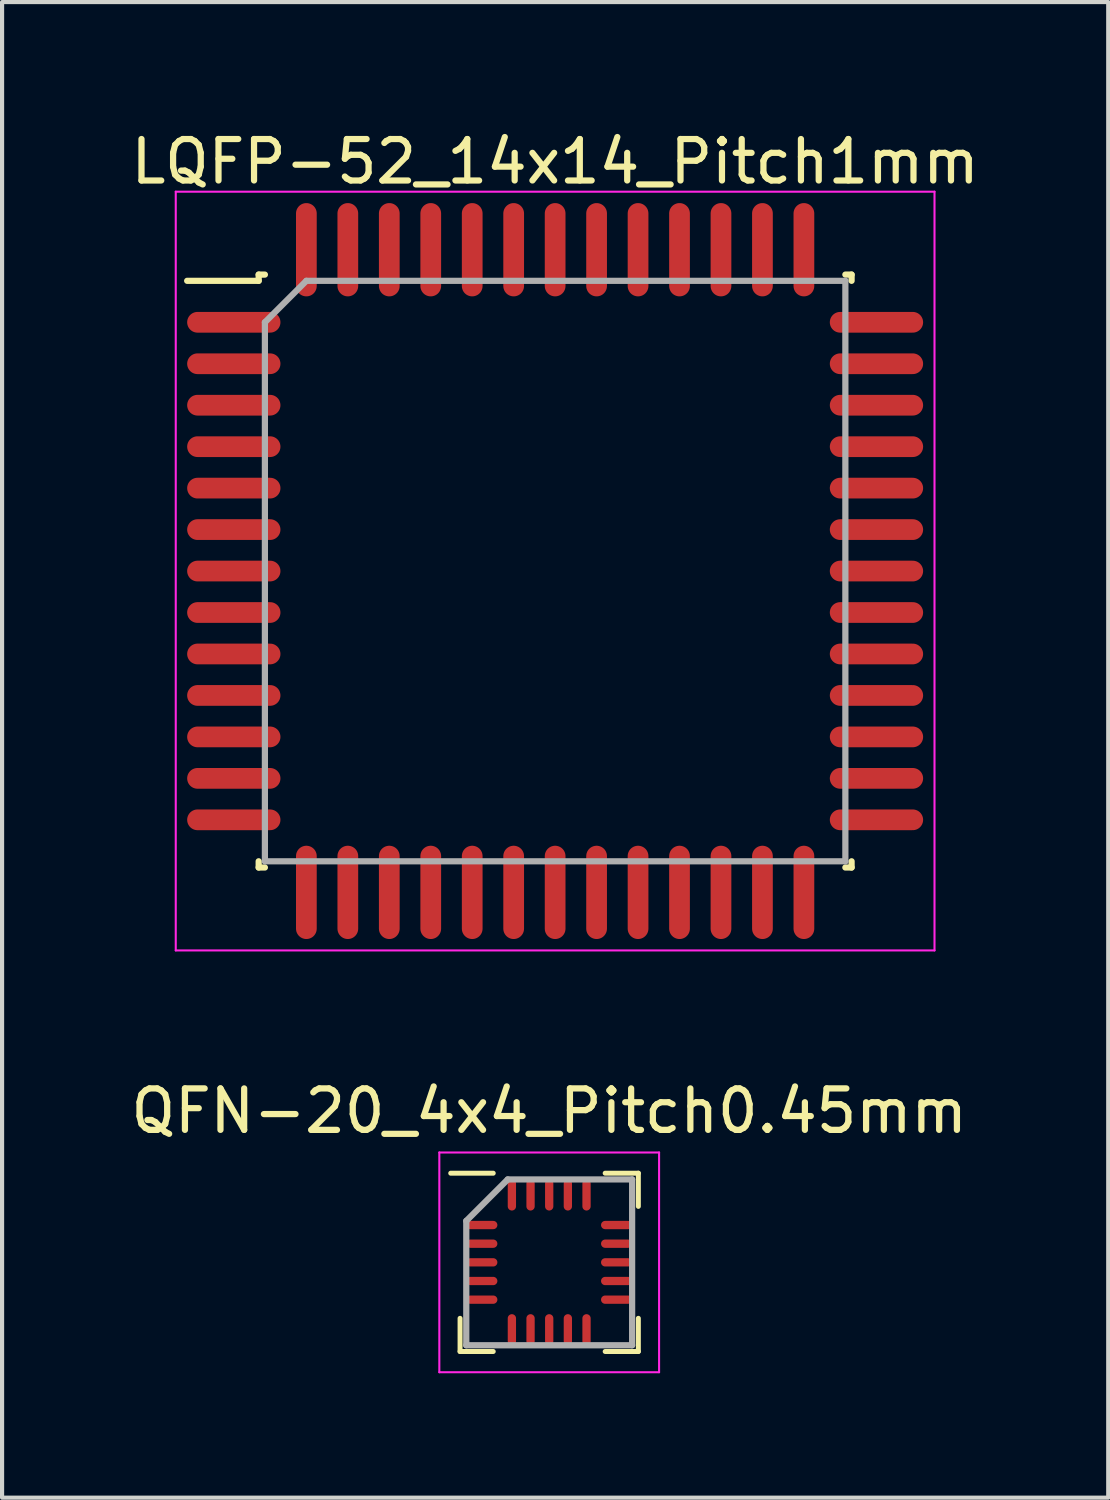
<source format=kicad_pcb>
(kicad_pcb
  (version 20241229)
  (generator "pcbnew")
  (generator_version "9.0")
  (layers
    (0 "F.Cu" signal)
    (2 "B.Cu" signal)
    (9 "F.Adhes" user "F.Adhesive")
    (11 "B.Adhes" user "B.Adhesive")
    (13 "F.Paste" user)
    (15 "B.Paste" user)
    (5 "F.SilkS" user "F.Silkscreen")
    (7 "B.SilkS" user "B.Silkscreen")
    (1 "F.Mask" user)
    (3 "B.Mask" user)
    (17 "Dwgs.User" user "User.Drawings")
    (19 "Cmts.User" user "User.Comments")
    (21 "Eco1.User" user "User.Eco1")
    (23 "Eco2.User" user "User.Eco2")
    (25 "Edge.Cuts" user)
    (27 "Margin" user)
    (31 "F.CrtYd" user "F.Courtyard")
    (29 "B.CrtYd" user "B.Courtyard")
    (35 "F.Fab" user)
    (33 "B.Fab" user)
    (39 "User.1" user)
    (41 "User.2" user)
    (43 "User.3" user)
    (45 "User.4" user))
  (footprint "QFN-20_4x4_Pitch0.45mm"
    (layer "F.Cu")
    (at 10.196 27.396)
    (property "Reference" "QFN-20_4x4_Pitch0.45mm" (at 0 -3.65 0) (layer "F.SilkS") (effects (font (size 1 1) (thickness 0.15))))
    (attr smd)
    (fp_line (start -2.15 2.15) (end -2.15 1.35) (stroke (width 0.12) (type solid)) (layer "F.SilkS"))
    (fp_line (start -1.35 -2.15) (end -2.375 -2.15) (stroke (width 0.12) (type solid)) (layer "F.SilkS"))
    (fp_line (start -1.35 2.15) (end -2.15 2.15) (stroke (width 0.12) (type solid)) (layer "F.SilkS"))
    (fp_line (start 1.35 -2.15) (end 2.15 -2.15) (stroke (width 0.12) (type solid)) (layer "F.SilkS"))
    (fp_line (start 1.35 2.15) (end 2.15 2.15) (stroke (width 0.12) (type solid)) (layer "F.SilkS"))
    (fp_line (start 2.15 -2.15) (end 2.15 -1.35) (stroke (width 0.12) (type solid)) (layer "F.SilkS"))
    (fp_line (start 2.15 2.15) (end 2.15 1.35) (stroke (width 0.12) (type solid)) (layer "F.SilkS"))
    (fp_line (start -2.65 -2.65) (end 2.65 -2.65) (stroke (width 0.05) (type solid)) (layer "F.CrtYd"))
    (fp_line (start -2.65 2.65) (end -2.65 -2.65) (stroke (width 0.05) (type solid)) (layer "F.CrtYd"))
    (fp_line (start 2.65 -2.65) (end 2.65 2.65) (stroke (width 0.05) (type solid)) (layer "F.CrtYd"))
    (fp_line (start 2.65 2.65) (end -2.65 2.65) (stroke (width 0.05) (type solid)) (layer "F.CrtYd"))
    (fp_line (start -2 -1) (end -2 2) (stroke (width 0.15) (type solid)) (layer "F.Fab"))
    (fp_line (start -2 2) (end 2 2) (stroke (width 0.15) (type solid)) (layer "F.Fab"))
    (fp_line (start -1 -2) (end -2 -1) (stroke (width 0.15) (type solid)) (layer "F.Fab"))
    (fp_line (start 2 -2) (end -1 -2) (stroke (width 0.15) (type solid)) (layer "F.Fab"))
    (fp_line (start 2 2) (end 2 -2) (stroke (width 0.15) (type solid)) (layer "F.Fab"))
    (pad "1" smd oval (at -1.625 -0.9 90) (size 0.2 0.75) (layers "F.Cu" "F.Mask" "F.Paste"))
    (pad "2" smd oval (at -1.625 -0.45 90) (size 0.2 0.75) (layers "F.Cu" "F.Mask" "F.Paste"))
    (pad "3" smd oval (at -1.625 0 90) (size 0.2 0.75) (layers "F.Cu" "F.Mask" "F.Paste"))
    (pad "4" smd oval (at -1.625 0.45 90) (size 0.2 0.75) (layers "F.Cu" "F.Mask" "F.Paste"))
    (pad "5" smd oval (at -1.625 0.9 90) (size 0.2 0.75) (layers "F.Cu" "F.Mask" "F.Paste"))
    (pad "6" smd oval (at -0.9 1.625) (size 0.2 0.75) (layers "F.Cu" "F.Mask" "F.Paste"))
    (pad "7" smd oval (at -0.45 1.625) (size 0.2 0.75) (layers "F.Cu" "F.Mask" "F.Paste"))
    (pad "8" smd oval (at 0 1.625) (size 0.2 0.75) (layers "F.Cu" "F.Mask" "F.Paste"))
    (pad "9" smd oval (at 0.45 1.625) (size 0.2 0.75) (layers "F.Cu" "F.Mask" "F.Paste"))
    (pad "10" smd oval (at 0.9 1.625) (size 0.2 0.75) (layers "F.Cu" "F.Mask" "F.Paste"))
    (pad "11" smd oval (at 1.625 0.9 90) (size 0.2 0.75) (layers "F.Cu" "F.Mask" "F.Paste"))
    (pad "12" smd oval (at 1.625 0.45 90) (size 0.2 0.75) (layers "F.Cu" "F.Mask" "F.Paste"))
    (pad "13" smd oval (at 1.625 0 90) (size 0.2 0.75) (layers "F.Cu" "F.Mask" "F.Paste"))
    (pad "14" smd oval (at 1.625 -0.45 90) (size 0.2 0.75) (layers "F.Cu" "F.Mask" "F.Paste"))
    (pad "15" smd oval (at 1.625 -0.9 90) (size 0.2 0.75) (layers "F.Cu" "F.Mask" "F.Paste"))
    (pad "16" smd oval (at 0.9 -1.625) (size 0.2 0.75) (layers "F.Cu" "F.Mask" "F.Paste"))
    (pad "17" smd oval (at 0.45 -1.625) (size 0.2 0.75) (layers "F.Cu" "F.Mask" "F.Paste"))
    (pad "18" smd oval (at 0 -1.625) (size 0.2 0.75) (layers "F.Cu" "F.Mask" "F.Paste"))
    (pad "19" smd oval (at -0.45 -1.625) (size 0.2 0.75) (layers "F.Cu" "F.Mask" "F.Paste"))
    (pad "20" smd oval (at -0.9 -1.625) (size 0.2 0.75) (layers "F.Cu" "F.Mask" "F.Paste")))
  (footprint "LQFP-52_14x14_Pitch1mm"
    (layer "F.Cu")
    (at 10.339 10.723)
    (property "Reference" "LQFP-52_14x14_Pitch1mm" (at 0 -9.875 0) (layer "F.SilkS") (effects (font (size 1 1) (thickness 0.15))))
    (attr smd)
    (fp_line (start -7.15 -7.15) (end -7.15 -7) (stroke (width 0.15) (type solid)) (layer "F.SilkS"))
    (fp_line (start -7.15 -7) (end -8.875 -7) (stroke (width 0.15) (type solid)) (layer "F.SilkS"))
    (fp_line (start -7.15 7.15) (end -7.15 7) (stroke (width 0.15) (type solid)) (layer "F.SilkS"))
    (fp_line (start -7 -7.15) (end -7.15 -7.15) (stroke (width 0.15) (type solid)) (layer "F.SilkS"))
    (fp_line (start -7 7.15) (end -7.15 7.15) (stroke (width 0.15) (type solid)) (layer "F.SilkS"))
    (fp_line (start 7 -7.15) (end 7.15 -7.15) (stroke (width 0.15) (type solid)) (layer "F.SilkS"))
    (fp_line (start 7 7.15) (end 7.15 7.15) (stroke (width 0.15) (type solid)) (layer "F.SilkS"))
    (fp_line (start 7.15 -7.15) (end 7.15 -7) (stroke (width 0.15) (type solid)) (layer "F.SilkS"))
    (fp_line (start 7.15 7.15) (end 7.15 7) (stroke (width 0.15) (type solid)) (layer "F.SilkS"))
    (fp_line (start -9.15 -9.15) (end 9.15 -9.15) (stroke (width 0.05) (type solid)) (layer "F.CrtYd"))
    (fp_line (start -9.15 9.15) (end -9.15 -9.15) (stroke (width 0.05) (type solid)) (layer "F.CrtYd"))
    (fp_line (start 9.15 -9.15) (end 9.15 9.15) (stroke (width 0.05) (type solid)) (layer "F.CrtYd"))
    (fp_line (start 9.15 9.15) (end -9.15 9.15) (stroke (width 0.05) (type solid)) (layer "F.CrtYd"))
    (fp_line (start -7 -6) (end -7 7) (stroke (width 0.15) (type solid)) (layer "F.Fab"))
    (fp_line (start -7 7) (end 7 7) (stroke (width 0.15) (type solid)) (layer "F.Fab"))
    (fp_line (start -6 -7) (end -7 -6) (stroke (width 0.15) (type solid)) (layer "F.Fab"))
    (fp_line (start 7 -7) (end -6 -7) (stroke (width 0.15) (type solid)) (layer "F.Fab"))
    (fp_line (start 7 7) (end 7 -7) (stroke (width 0.15) (type solid)) (layer "F.Fab"))
    (pad "1" smd oval (at -7.75 -6 90) (size 0.5 2.25) (layers "F.Cu" "F.Mask" "F.Paste"))
    (pad "2" smd oval (at -7.75 -5 90) (size 0.5 2.25) (layers "F.Cu" "F.Mask" "F.Paste"))
    (pad "3" smd oval (at -7.75 -4 90) (size 0.5 2.25) (layers "F.Cu" "F.Mask" "F.Paste"))
    (pad "4" smd oval (at -7.75 -3 90) (size 0.5 2.25) (layers "F.Cu" "F.Mask" "F.Paste"))
    (pad "5" smd oval (at -7.75 -2 90) (size 0.5 2.25) (layers "F.Cu" "F.Mask" "F.Paste"))
    (pad "6" smd oval (at -7.75 -1 90) (size 0.5 2.25) (layers "F.Cu" "F.Mask" "F.Paste"))
    (pad "7" smd oval (at -7.75 0 90) (size 0.5 2.25) (layers "F.Cu" "F.Mask" "F.Paste"))
    (pad "8" smd oval (at -7.75 1 90) (size 0.5 2.25) (layers "F.Cu" "F.Mask" "F.Paste"))
    (pad "9" smd oval (at -7.75 2 90) (size 0.5 2.25) (layers "F.Cu" "F.Mask" "F.Paste"))
    (pad "10" smd oval (at -7.75 3 90) (size 0.5 2.25) (layers "F.Cu" "F.Mask" "F.Paste"))
    (pad "11" smd oval (at -7.75 4 90) (size 0.5 2.25) (layers "F.Cu" "F.Mask" "F.Paste"))
    (pad "12" smd oval (at -7.75 5 90) (size 0.5 2.25) (layers "F.Cu" "F.Mask" "F.Paste"))
    (pad "13" smd oval (at -7.75 6 90) (size 0.5 2.25) (layers "F.Cu" "F.Mask" "F.Paste"))
    (pad "14" smd oval (at -6 7.75) (size 0.5 2.25) (layers "F.Cu" "F.Mask" "F.Paste"))
    (pad "15" smd oval (at -5 7.75) (size 0.5 2.25) (layers "F.Cu" "F.Mask" "F.Paste"))
    (pad "16" smd oval (at -4 7.75) (size 0.5 2.25) (layers "F.Cu" "F.Mask" "F.Paste"))
    (pad "17" smd oval (at -3 7.75) (size 0.5 2.25) (layers "F.Cu" "F.Mask" "F.Paste"))
    (pad "18" smd oval (at -2 7.75) (size 0.5 2.25) (layers "F.Cu" "F.Mask" "F.Paste"))
    (pad "19" smd oval (at -1 7.75) (size 0.5 2.25) (layers "F.Cu" "F.Mask" "F.Paste"))
    (pad "20" smd oval (at 0 7.75) (size 0.5 2.25) (layers "F.Cu" "F.Mask" "F.Paste"))
    (pad "21" smd oval (at 1 7.75) (size 0.5 2.25) (layers "F.Cu" "F.Mask" "F.Paste"))
    (pad "22" smd oval (at 2 7.75) (size 0.5 2.25) (layers "F.Cu" "F.Mask" "F.Paste"))
    (pad "23" smd oval (at 3 7.75) (size 0.5 2.25) (layers "F.Cu" "F.Mask" "F.Paste"))
    (pad "24" smd oval (at 4 7.75) (size 0.5 2.25) (layers "F.Cu" "F.Mask" "F.Paste"))
    (pad "25" smd oval (at 5 7.75) (size 0.5 2.25) (layers "F.Cu" "F.Mask" "F.Paste"))
    (pad "26" smd oval (at 6 7.75) (size 0.5 2.25) (layers "F.Cu" "F.Mask" "F.Paste"))
    (pad "27" smd oval (at 7.75 6 90) (size 0.5 2.25) (layers "F.Cu" "F.Mask" "F.Paste"))
    (pad "28" smd oval (at 7.75 5 90) (size 0.5 2.25) (layers "F.Cu" "F.Mask" "F.Paste"))
    (pad "29" smd oval (at 7.75 4 90) (size 0.5 2.25) (layers "F.Cu" "F.Mask" "F.Paste"))
    (pad "30" smd oval (at 7.75 3 90) (size 0.5 2.25) (layers "F.Cu" "F.Mask" "F.Paste"))
    (pad "31" smd oval (at 7.75 2 90) (size 0.5 2.25) (layers "F.Cu" "F.Mask" "F.Paste"))
    (pad "32" smd oval (at 7.75 1 90) (size 0.5 2.25) (layers "F.Cu" "F.Mask" "F.Paste"))
    (pad "33" smd oval (at 7.75 0 90) (size 0.5 2.25) (layers "F.Cu" "F.Mask" "F.Paste"))
    (pad "34" smd oval (at 7.75 -1 90) (size 0.5 2.25) (layers "F.Cu" "F.Mask" "F.Paste"))
    (pad "35" smd oval (at 7.75 -2 90) (size 0.5 2.25) (layers "F.Cu" "F.Mask" "F.Paste"))
    (pad "36" smd oval (at 7.75 -3 90) (size 0.5 2.25) (layers "F.Cu" "F.Mask" "F.Paste"))
    (pad "37" smd oval (at 7.75 -4 90) (size 0.5 2.25) (layers "F.Cu" "F.Mask" "F.Paste"))
    (pad "38" smd oval (at 7.75 -5 90) (size 0.5 2.25) (layers "F.Cu" "F.Mask" "F.Paste"))
    (pad "39" smd oval (at 7.75 -6 90) (size 0.5 2.25) (layers "F.Cu" "F.Mask" "F.Paste"))
    (pad "40" smd oval (at 6 -7.75) (size 0.5 2.25) (layers "F.Cu" "F.Mask" "F.Paste"))
    (pad "41" smd oval (at 5 -7.75) (size 0.5 2.25) (layers "F.Cu" "F.Mask" "F.Paste"))
    (pad "42" smd oval (at 4 -7.75) (size 0.5 2.25) (layers "F.Cu" "F.Mask" "F.Paste"))
    (pad "43" smd oval (at 3 -7.75) (size 0.5 2.25) (layers "F.Cu" "F.Mask" "F.Paste"))
    (pad "44" smd oval (at 2 -7.75) (size 0.5 2.25) (layers "F.Cu" "F.Mask" "F.Paste"))
    (pad "45" smd oval (at 1 -7.75) (size 0.5 2.25) (layers "F.Cu" "F.Mask" "F.Paste"))
    (pad "46" smd oval (at 0 -7.75) (size 0.5 2.25) (layers "F.Cu" "F.Mask" "F.Paste"))
    (pad "47" smd oval (at -1 -7.75) (size 0.5 2.25) (layers "F.Cu" "F.Mask" "F.Paste"))
    (pad "48" smd oval (at -2 -7.75) (size 0.5 2.25) (layers "F.Cu" "F.Mask" "F.Paste"))
    (pad "49" smd oval (at -3 -7.75) (size 0.5 2.25) (layers "F.Cu" "F.Mask" "F.Paste"))
    (pad "50" smd oval (at -4 -7.75) (size 0.5 2.25) (layers "F.Cu" "F.Mask" "F.Paste"))
    (pad "51" smd oval (at -5 -7.75) (size 0.5 2.25) (layers "F.Cu" "F.Mask" "F.Paste"))
    (pad "52" smd oval (at -6 -7.75) (size 0.5 2.25) (layers "F.Cu" "F.Mask" "F.Paste")))
  (gr_rect
    (start -3 -3)
    (end 23.679 33.072)
    (stroke (width 0.1) (type default))
    (fill no)
    (layer "Edge.Cuts")))
</source>
